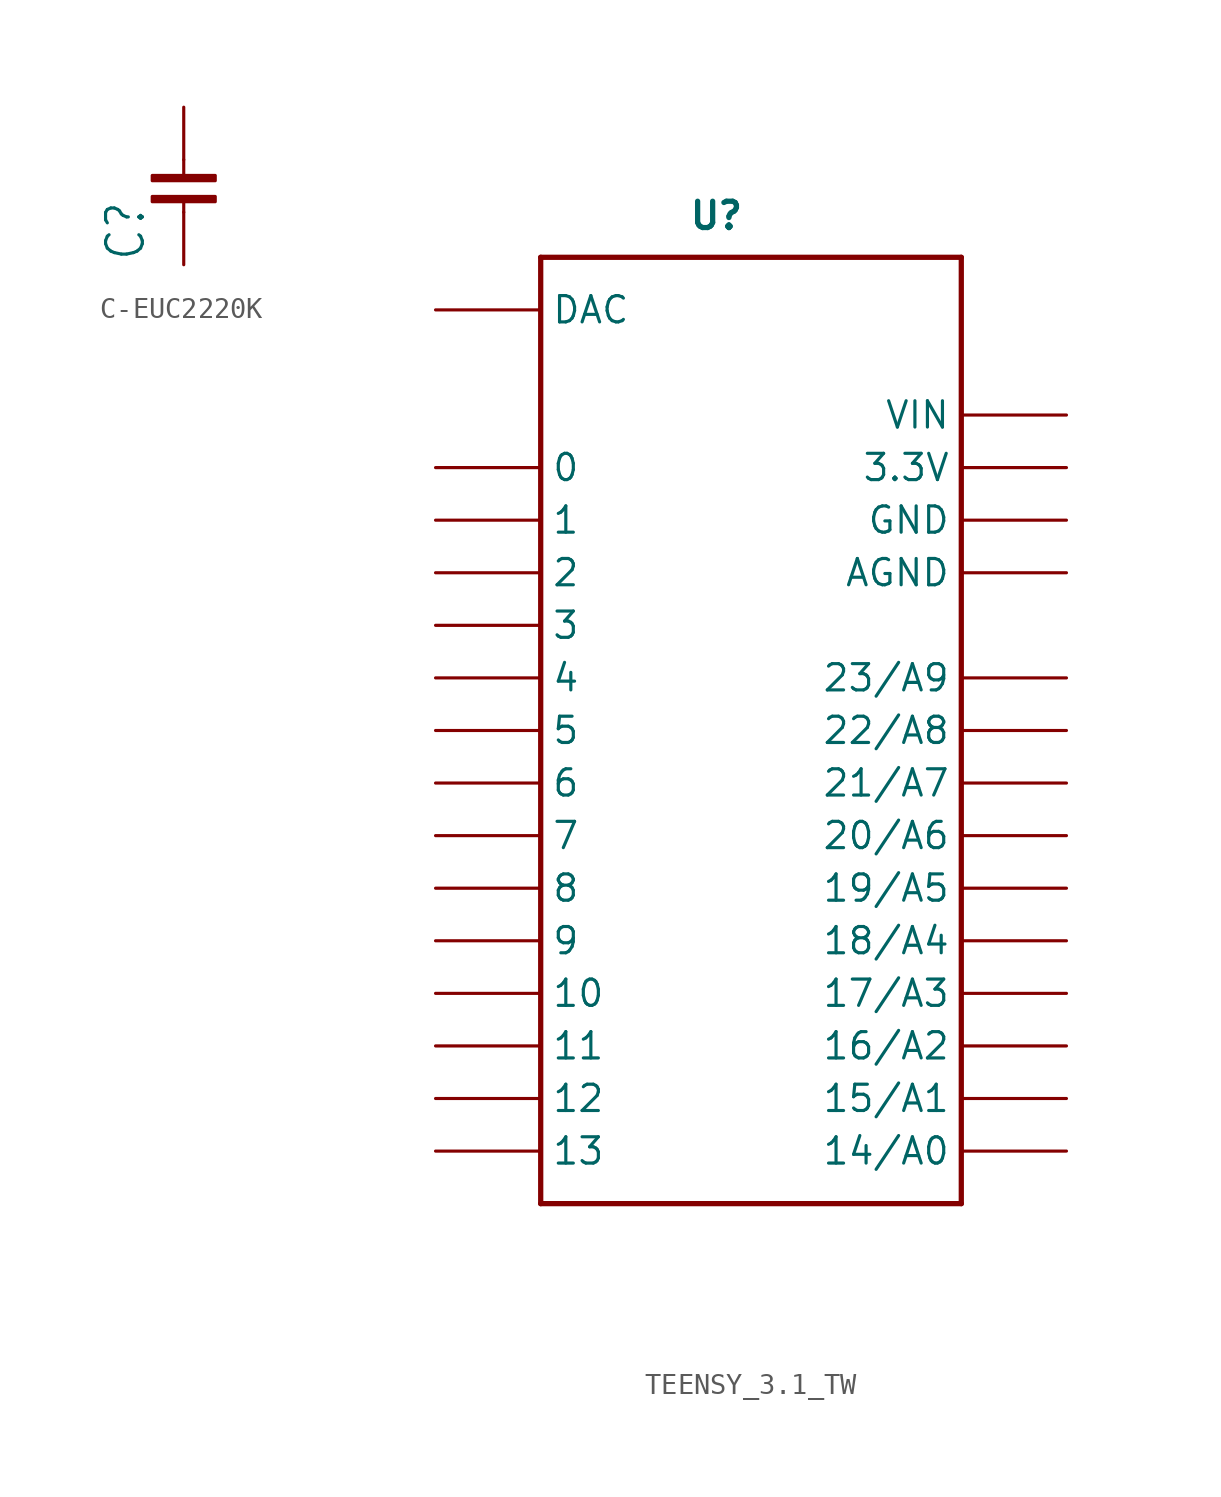
<source format=kicad_sym>
(kicad_symbol_lib
  (version 20231120)
  (generator "kicad_symbol_editor")
  (generator_version "8.0")
  (symbol "C-EUC2220K"
    (property "Reference" "C"
      (at -1.778 -4.953 90)
      (effects (font (size 1.778 1.511)) (justify left bottom)))
    (property "Value" ""
      (at 3.81 -5.207 90)
      (effects (font (size 1.778 1.511)) (justify left bottom)))
    (property "ki_locked" ""
      (at 0 0 0)
      (effects (font (size 1.27 1.27))))
    (symbol "C-EUC2220K_1_0"
      (rectangle (start -1.524 -2.032) (end 1.524 -1.778) (stroke (width 0) (type default)) (fill (type outline)))
      (rectangle (start -1.524 -1.016) (end 1.524 -0.762) (stroke (width 0) (type default)) (fill (type outline)))
      (polyline (pts (xy 0 -2.54) (xy 0 -2.032)) (stroke (width 0.152) (type solid)) (fill (type none)))
      (polyline (pts (xy 0 0) (xy 0 -0.762)) (stroke (width 0.152) (type solid)) (fill (type none)))
      (pin passive line (at 0 2.54 270) (length 2.54) (name "1" (effects (font (size 0 0)))) (number "1" (effects (font (size 0 0)))))
      (pin passive line (at 0 -5.08 90) (length 2.54) (name "2" (effects (font (size 0 0)))) (number "2" (effects (font (size 0 0)))))))
  (symbol "TEENSY_3.1_TW"
    (property "Reference" "U"
      (at -3.048 24.13 0)
      (effects (font (size 1.27 1.27) (thickness 0.254) (bold yes)) (justify left bottom)))
    (property "Value" ""
      (at -2.794 -25.4 0)
      (effects (font (size 1.27 1.27) (thickness 0.254) (bold yes)) (justify left bottom)))
    (property "ki_locked" ""
      (at 0 0 0)
      (effects (font (size 1.27 1.27))))
    (symbol "TEENSY_3.1_TW_1_0"
      (polyline (pts (xy -10.16 -22.86) (xy 10.16 -22.86)) (stroke (width 0.254) (type solid)) (fill (type none)))
      (polyline (pts (xy -10.16 22.86) (xy -10.16 -22.86)) (stroke (width 0.254) (type solid)) (fill (type none)))
      (polyline (pts (xy 10.16 -22.86) (xy 10.16 22.86)) (stroke (width 0.254) (type solid)) (fill (type none)))
      (polyline (pts (xy 10.16 22.86) (xy -10.16 22.86)) (stroke (width 0.254) (type solid)) (fill (type none)))
      (pin bidirectional line (at -15.24 12.7 0) (length 5.08) (name "0" (effects (font (size 1.27 1.27)))) (number "0" (effects (font (size 0 0)))))
      (pin bidirectional line (at -15.24 10.16 0) (length 5.08) (name "1" (effects (font (size 1.27 1.27)))) (number "1" (effects (font (size 0 0)))))
      (pin bidirectional line (at -15.24 -12.7 0) (length 5.08) (name "10" (effects (font (size 1.27 1.27)))) (number "10" (effects (font (size 0 0)))))
      (pin bidirectional line (at -15.24 -15.24 0) (length 5.08) (name "11" (effects (font (size 1.27 1.27)))) (number "11" (effects (font (size 0 0)))))
      (pin bidirectional line (at -15.24 -17.78 0) (length 5.08) (name "12" (effects (font (size 1.27 1.27)))) (number "12" (effects (font (size 0 0)))))
      (pin bidirectional line (at -15.24 -20.32 0) (length 5.08) (name "13" (effects (font (size 1.27 1.27)))) (number "13" (effects (font (size 0 0)))))
      (pin bidirectional line (at 15.24 -20.32 180) (length 5.08) (name "14/A0" (effects (font (size 1.27 1.27)))) (number "14/A0" (effects (font (size 0 0)))))
      (pin bidirectional line (at 15.24 -17.78 180) (length 5.08) (name "15/A1" (effects (font (size 1.27 1.27)))) (number "15/A1" (effects (font (size 0 0)))))
      (pin bidirectional line (at 15.24 -15.24 180) (length 5.08) (name "16/A2" (effects (font (size 1.27 1.27)))) (number "16/A2" (effects (font (size 0 0)))))
      (pin bidirectional line (at 15.24 -12.7 180) (length 5.08) (name "17/A3" (effects (font (size 1.27 1.27)))) (number "17/A3" (effects (font (size 0 0)))))
      (pin bidirectional line (at 15.24 -10.16 180) (length 5.08) (name "18/A4" (effects (font (size 1.27 1.27)))) (number "18/A4" (effects (font (size 0 0)))))
      (pin bidirectional line (at 15.24 -7.62 180) (length 5.08) (name "19/A5" (effects (font (size 1.27 1.27)))) (number "19/A5" (effects (font (size 0 0)))))
      (pin bidirectional line (at -15.24 7.62 0) (length 5.08) (name "2" (effects (font (size 1.27 1.27)))) (number "2" (effects (font (size 0 0)))))
      (pin bidirectional line (at 15.24 -5.08 180) (length 5.08) (name "20/A6" (effects (font (size 1.27 1.27)))) (number "20/A6" (effects (font (size 0 0)))))
      (pin bidirectional line (at 15.24 -2.54 180) (length 5.08) (name "21/A7" (effects (font (size 1.27 1.27)))) (number "21/A7" (effects (font (size 0 0)))))
      (pin bidirectional line (at 15.24 0 180) (length 5.08) (name "22/A8" (effects (font (size 1.27 1.27)))) (number "22/A8" (effects (font (size 0 0)))))
      (pin bidirectional line (at 15.24 2.54 180) (length 5.08) (name "23/A9" (effects (font (size 1.27 1.27)))) (number "23/A9" (effects (font (size 0 0)))))
      (pin bidirectional line (at -15.24 5.08 0) (length 5.08) (name "3" (effects (font (size 1.27 1.27)))) (number "3" (effects (font (size 0 0)))))
      (pin power_in line (at 15.24 12.7 180) (length 5.08) (name "3.3V" (effects (font (size 1.27 1.27)))) (number "3.3V" (effects (font (size 0 0)))))
      (pin bidirectional line (at -15.24 2.54 0) (length 5.08) (name "4" (effects (font (size 1.27 1.27)))) (number "4" (effects (font (size 0 0)))))
      (pin bidirectional line (at -15.24 0 0) (length 5.08) (name "5" (effects (font (size 1.27 1.27)))) (number "5" (effects (font (size 0 0)))))
      (pin bidirectional line (at -15.24 -2.54 0) (length 5.08) (name "6" (effects (font (size 1.27 1.27)))) (number "6" (effects (font (size 0 0)))))
      (pin bidirectional line (at -15.24 -5.08 0) (length 5.08) (name "7" (effects (font (size 1.27 1.27)))) (number "7" (effects (font (size 0 0)))))
      (pin bidirectional line (at -15.24 -7.62 0) (length 5.08) (name "8" (effects (font (size 1.27 1.27)))) (number "8" (effects (font (size 0 0)))))
      (pin bidirectional line (at -15.24 -10.16 0) (length 5.08) (name "9" (effects (font (size 1.27 1.27)))) (number "9" (effects (font (size 0 0)))))
      (pin power_in line (at 15.24 7.62 180) (length 5.08) (name "AGND" (effects (font (size 1.27 1.27)))) (number "AGND" (effects (font (size 0 0)))))
      (pin bidirectional line (at -15.24 20.32 0) (length 5.08) (name "DAC" (effects (font (size 1.27 1.27)))) (number "DAC" (effects (font (size 0 0)))))
      (pin power_in line (at 15.24 10.16 180) (length 5.08) (name "GND" (effects (font (size 1.27 1.27)))) (number "GND" (effects (font (size 0 0)))))
      (pin power_in line (at 15.24 15.24 180) (length 5.08) (name "VIN" (effects (font (size 1.27 1.27)))) (number "VIN" (effects (font (size 0 0))))))))
</source>
